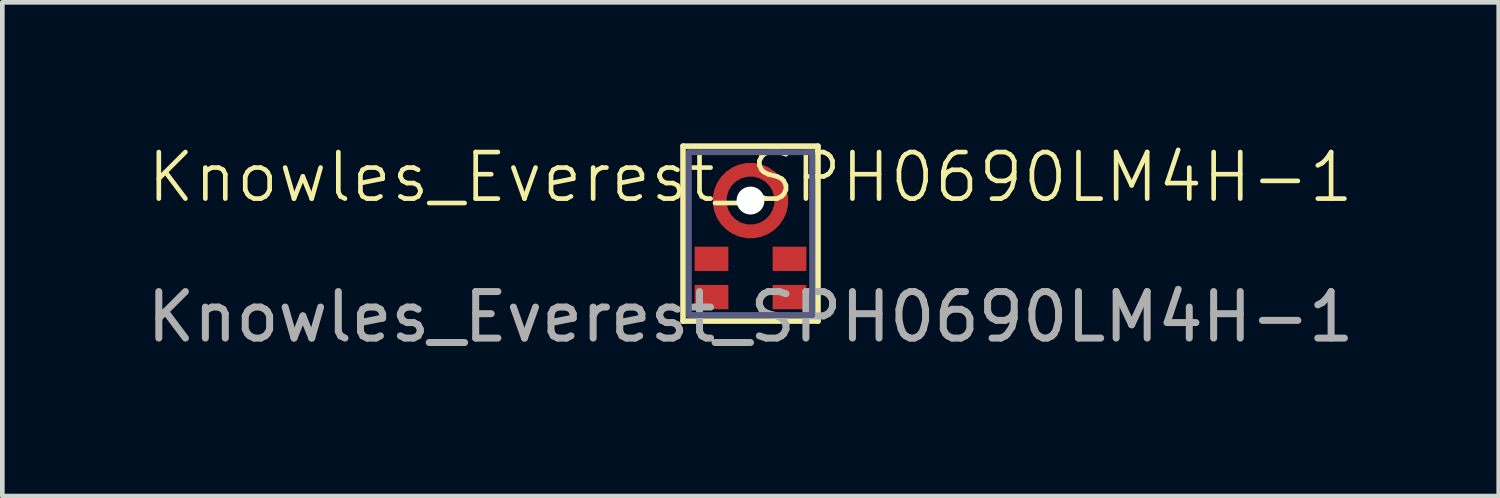
<source format=kicad_pcb>
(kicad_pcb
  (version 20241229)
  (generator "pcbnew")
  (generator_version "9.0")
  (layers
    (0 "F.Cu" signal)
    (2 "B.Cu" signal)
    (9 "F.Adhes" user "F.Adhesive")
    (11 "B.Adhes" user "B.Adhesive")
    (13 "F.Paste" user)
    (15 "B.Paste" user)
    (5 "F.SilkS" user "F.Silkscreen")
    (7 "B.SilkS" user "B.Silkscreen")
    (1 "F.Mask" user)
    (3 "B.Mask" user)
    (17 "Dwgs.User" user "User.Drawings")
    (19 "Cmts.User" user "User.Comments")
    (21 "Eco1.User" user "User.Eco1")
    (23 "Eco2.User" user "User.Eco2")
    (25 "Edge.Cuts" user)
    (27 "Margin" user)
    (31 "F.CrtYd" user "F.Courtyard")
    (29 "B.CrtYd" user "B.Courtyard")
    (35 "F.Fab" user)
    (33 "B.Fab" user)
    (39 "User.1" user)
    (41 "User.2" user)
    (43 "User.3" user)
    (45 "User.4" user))
  (footprint "Knowles_Everest_SPH0690LM4H-1"
    (layer "F.Cu")
    (at 13.077 1.26)
    (property "Reference" "Knowles_Everest_SPH0690LM4H-1" (at 0 -0.5 0) (unlocked yes) (layer "F.SilkS") (effects (font (size 1 1) (thickness 0.1))))
    (attr smd)
    (fp_line (start -1.45 -1.17) (end -1.45 2.59) (stroke (width 0.12) (type default)) (layer "F.SilkS"))
    (fp_line (start -1.45 -1.17) (end 1.45 -1.17) (stroke (width 0.12) (type default)) (layer "F.SilkS"))
    (fp_line (start -1.45 2.59) (end 1.45 2.59) (stroke (width 0.12) (type default)) (layer "F.SilkS"))
    (fp_line (start 1.45 -1.17) (end 1.45 2.59) (stroke (width 0.12) (type default)) (layer "F.SilkS"))
    (fp_line (start -1.325 2.46) (end -1.325 -1.04) (stroke (width 0.127) (type solid)) (layer "B.Fab"))
    (fp_line (start -1.325 2.46) (end 1.325 2.46) (stroke (width 0.127) (type solid)) (layer "B.Fab"))
    (fp_line (start 1.325 -1.04) (end -1.325 -1.04) (stroke (width 0.127) (type solid)) (layer "B.Fab"))
    (fp_line (start 1.325 -1.04) (end 1.325 2.46) (stroke (width 0.127) (type solid)) (layer "B.Fab"))
    (fp_text user "${REFERENCE}" (at 0 2.5 0) (unlocked yes) (layer "F.Fab") (effects (font (size 1 1) (thickness 0.15))))
    (pad "" np_thru_hole circle (at 0 0 180) (size 0.6 0.6) (drill 0.6) (layers "*.Cu" "*.Mask"))
    (pad "1" smd rect (at 0.838 2.074 180) (size 0.725 0.522) (layers "F.Cu" "F.Mask" "F.Paste"))
    (pad "2" smd rect (at 0.838 1.252 180) (size 0.725 0.522) (layers "F.Cu" "F.Mask" "F.Paste"))
    (pad "3" smd circle (at -0.662 0) (size 0.2 0.2) (layers "F.Cu" "F.Mask" "F.Paste"))
    (pad "3" smd custom (at 0 -0.662) (size 0.2 0.2) (layers "F.Cu" "F.Mask" "F.Paste") (options (anchor circle)) (primitives (gr_circle (center 0 0.662) (end 0.662 0.662) (width 0.3) (fill no))))
    (pad "3" smd circle (at 0 0.662) (size 0.2 0.2) (layers "F.Cu" "F.Mask" "F.Paste"))
    (pad "3" smd circle (at 0.662 0) (size 0.2 0.2) (layers "F.Cu" "F.Mask" "F.Paste"))
    (pad "4" smd rect (at -0.838 1.252 180) (size 0.725 0.522) (layers "F.Cu" "F.Mask" "F.Paste"))
    (pad "5" smd rect (at -0.838 2.074 180) (size 0.725 0.522) (layers "F.Cu" "F.Mask" "F.Paste")))
  (gr_rect
    (start -3 -3)
    (end 29.155 7.609)
    (stroke (width 0.1) (type default))
    (fill no)
    (layer "Edge.Cuts")))
</source>
